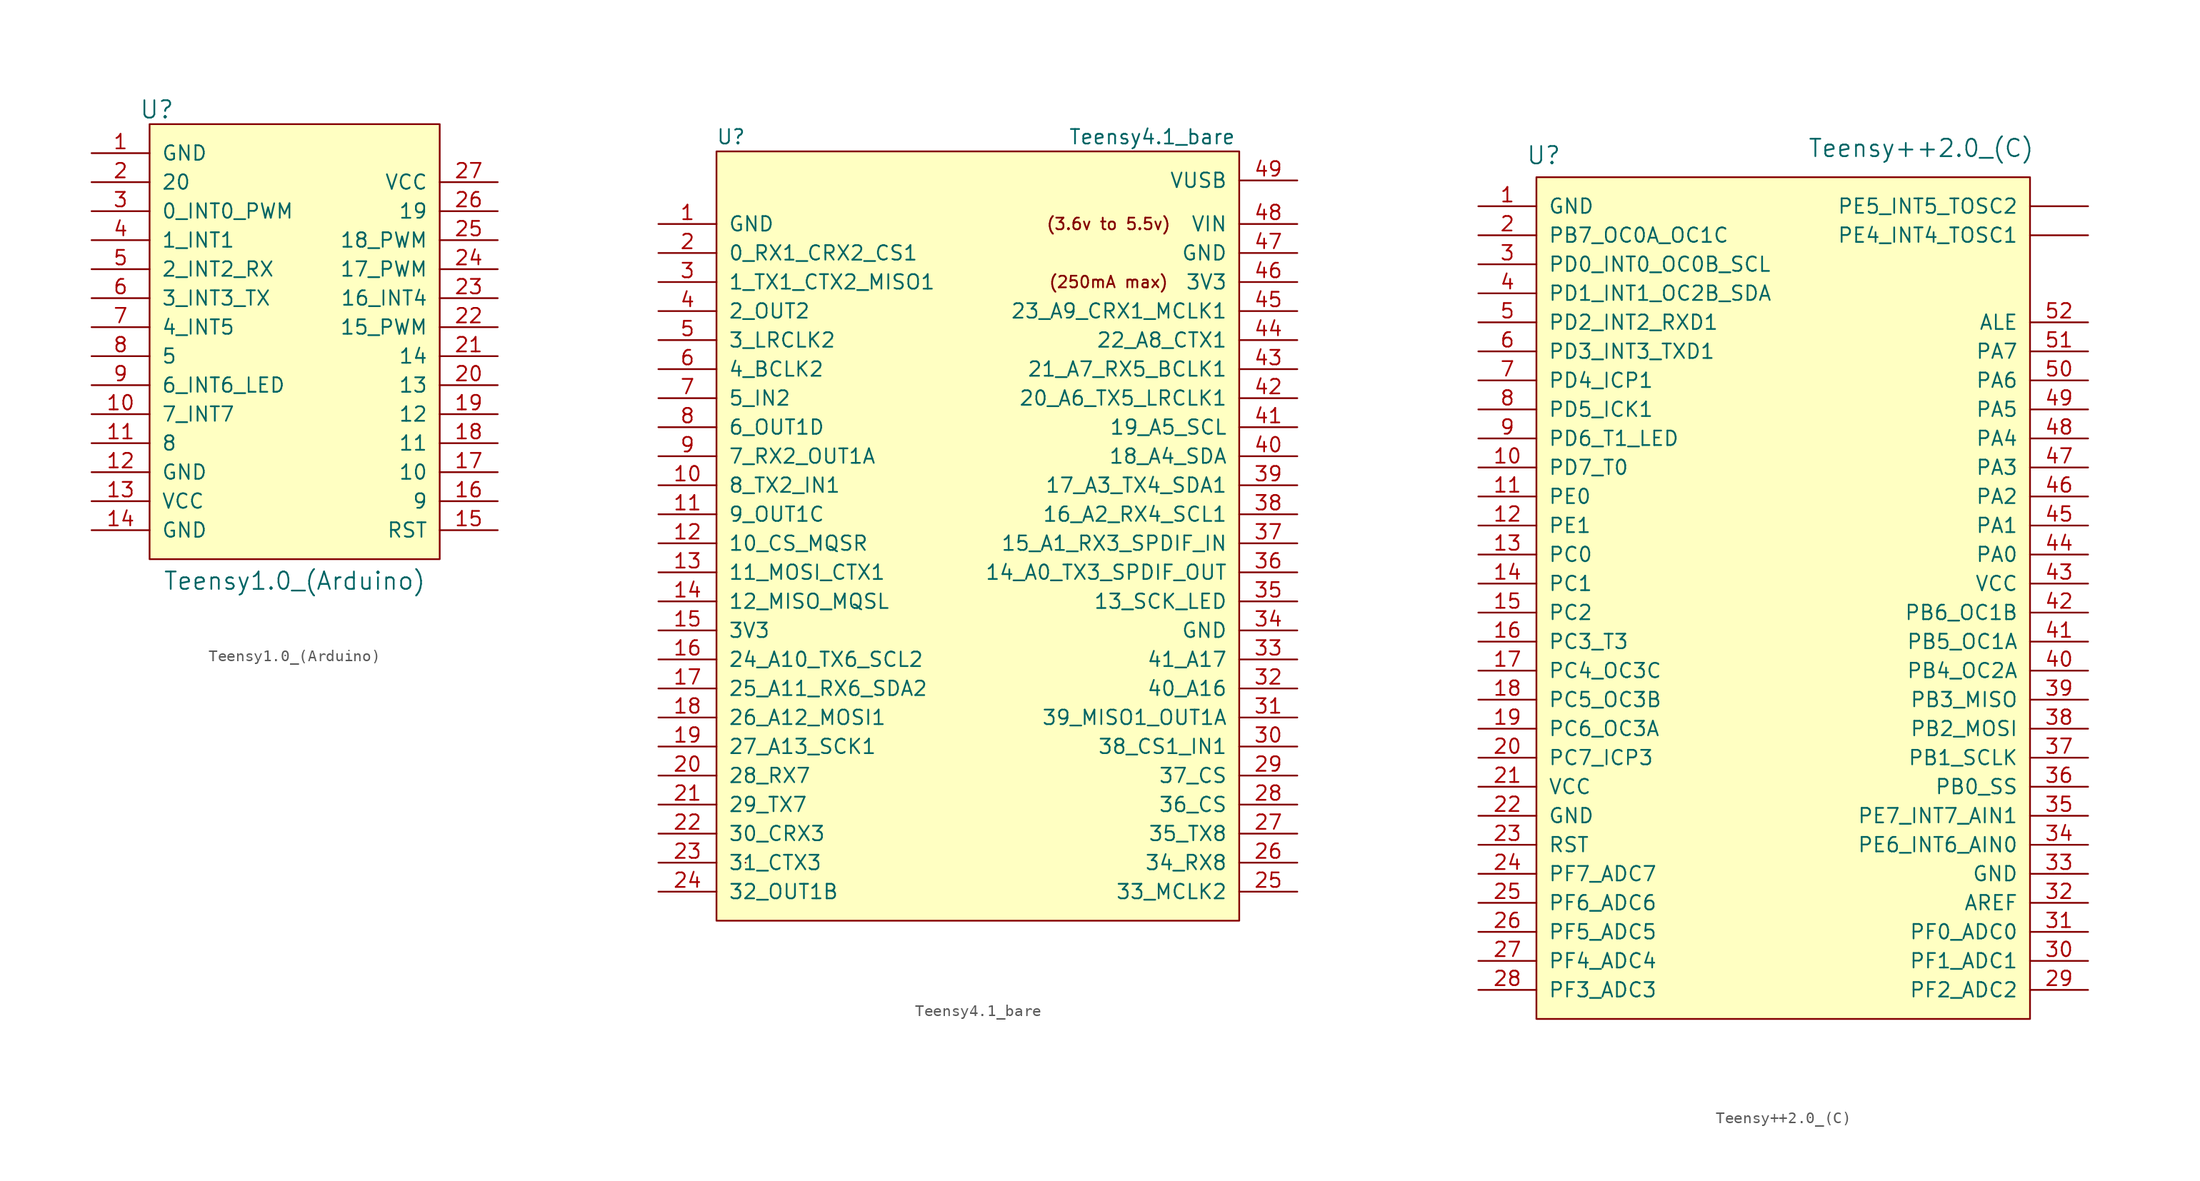
<source format=kicad_sym>
(kicad_symbol_lib
  (version 20211014)
  (generator kicad_symbol_editor)
  (symbol "Teensy1.0_(Arduino)"
    (pin_names
      (offset 1.016))
    (property "Reference" "U"
      (at -12.065 20.32 0)
      (effects (font (size 1.524 1.524))))
    (property "Value" "Teensy1.0_(Arduino)"
      (at 0 -20.955 0)
      (effects (font (size 1.524 1.524))))
    (symbol "Teensy1.0_(Arduino)_0_1"
      (rectangle (start -12.7 19.05) (end 12.7 -19.05) (stroke (width 0) (type default) (color 0 0 0 0)) (fill (type background))))
    (symbol "Teensy1.0_(Arduino)_1_1"
      (pin power_in line (at -17.78 16.51 0) (length 5.08) (name "GND" (effects (font (size 1.27 1.27)))) (number "1" (effects (font (size 1.27 1.27)))))
      (pin bidirectional line (at -17.78 -6.35 0) (length 5.08) (name "7_INT7" (effects (font (size 1.27 1.27)))) (number "10" (effects (font (size 1.27 1.27)))))
      (pin bidirectional line (at -17.78 -8.89 0) (length 5.08) (name "8" (effects (font (size 1.27 1.27)))) (number "11" (effects (font (size 1.27 1.27)))))
      (pin power_in line (at -17.78 -11.43 0) (length 5.08) (name "GND" (effects (font (size 1.27 1.27)))) (number "12" (effects (font (size 1.27 1.27)))))
      (pin power_in line (at -17.78 -13.97 0) (length 5.08) (name "VCC" (effects (font (size 1.27 1.27)))) (number "13" (effects (font (size 1.27 1.27)))))
      (pin power_in line (at -17.78 -16.51 0) (length 5.08) (name "GND" (effects (font (size 1.27 1.27)))) (number "14" (effects (font (size 1.27 1.27)))))
      (pin input line (at 17.78 -16.51 180) (length 5.08) (name "RST" (effects (font (size 1.27 1.27)))) (number "15" (effects (font (size 1.27 1.27)))))
      (pin bidirectional line (at 17.78 -13.97 180) (length 5.08) (name "9" (effects (font (size 1.27 1.27)))) (number "16" (effects (font (size 1.27 1.27)))))
      (pin bidirectional line (at 17.78 -11.43 180) (length 5.08) (name "10" (effects (font (size 1.27 1.27)))) (number "17" (effects (font (size 1.27 1.27)))))
      (pin bidirectional line (at 17.78 -8.89 180) (length 5.08) (name "11" (effects (font (size 1.27 1.27)))) (number "18" (effects (font (size 1.27 1.27)))))
      (pin bidirectional line (at 17.78 -6.35 180) (length 5.08) (name "12" (effects (font (size 1.27 1.27)))) (number "19" (effects (font (size 1.27 1.27)))))
      (pin bidirectional line (at -17.78 13.97 0) (length 5.08) (name "20" (effects (font (size 1.27 1.27)))) (number "2" (effects (font (size 1.27 1.27)))))
      (pin bidirectional line (at 17.78 -3.81 180) (length 5.08) (name "13" (effects (font (size 1.27 1.27)))) (number "20" (effects (font (size 1.27 1.27)))))
      (pin bidirectional line (at 17.78 -1.27 180) (length 5.08) (name "14" (effects (font (size 1.27 1.27)))) (number "21" (effects (font (size 1.27 1.27)))))
      (pin bidirectional line (at 17.78 1.27 180) (length 5.08) (name "15_PWM" (effects (font (size 1.27 1.27)))) (number "22" (effects (font (size 1.27 1.27)))))
      (pin bidirectional line (at 17.78 3.81 180) (length 5.08) (name "16_INT4" (effects (font (size 1.27 1.27)))) (number "23" (effects (font (size 1.27 1.27)))))
      (pin bidirectional line (at 17.78 6.35 180) (length 5.08) (name "17_PWM" (effects (font (size 1.27 1.27)))) (number "24" (effects (font (size 1.27 1.27)))))
      (pin bidirectional line (at 17.78 8.89 180) (length 5.08) (name "18_PWM" (effects (font (size 1.27 1.27)))) (number "25" (effects (font (size 1.27 1.27)))))
      (pin bidirectional line (at 17.78 11.43 180) (length 5.08) (name "19" (effects (font (size 1.27 1.27)))) (number "26" (effects (font (size 1.27 1.27)))))
      (pin power_in line (at 17.78 13.97 180) (length 5.08) (name "VCC" (effects (font (size 1.27 1.27)))) (number "27" (effects (font (size 1.27 1.27)))))
      (pin bidirectional line (at -17.78 11.43 0) (length 5.08) (name "0_INT0_PWM" (effects (font (size 1.27 1.27)))) (number "3" (effects (font (size 1.27 1.27)))))
      (pin bidirectional line (at -17.78 8.89 0) (length 5.08) (name "1_INT1" (effects (font (size 1.27 1.27)))) (number "4" (effects (font (size 1.27 1.27)))))
      (pin bidirectional line (at -17.78 6.35 0) (length 5.08) (name "2_INT2_RX" (effects (font (size 1.27 1.27)))) (number "5" (effects (font (size 1.27 1.27)))))
      (pin bidirectional line (at -17.78 3.81 0) (length 5.08) (name "3_INT3_TX" (effects (font (size 1.27 1.27)))) (number "6" (effects (font (size 1.27 1.27)))))
      (pin bidirectional line (at -17.78 1.27 0) (length 5.08) (name "4_INT5" (effects (font (size 1.27 1.27)))) (number "7" (effects (font (size 1.27 1.27)))))
      (pin bidirectional line (at -17.78 -1.27 0) (length 5.08) (name "5" (effects (font (size 1.27 1.27)))) (number "8" (effects (font (size 1.27 1.27)))))
      (pin bidirectional line (at -17.78 -3.81 0) (length 5.08) (name "6_INT6_LED" (effects (font (size 1.27 1.27)))) (number "9" (effects (font (size 1.27 1.27)))))))
  (symbol "Teensy4.1_bare"
    (pin_names
      (offset 1.016))
    (property "Reference" "U"
      (at -21.59 62.23 0)
      (effects (font (size 1.27 1.27))))
    (property "Value" "Teensy4.1_bare"
      (at 15.24 62.23 0)
      (effects (font (size 1.27 1.27))))
    (symbol "Teensy4.1_bare_0_0"
      (text "(250mA max)" (at 11.43 49.53 0) (effects (font (size 1.016 1.016))))
      (text "(3.6v to 5.5v)" (at 11.43 54.61 0) (effects (font (size 1.016 1.016))))
      (pin bidirectional line (at -27.94 31.75 0) (length 5.08) (name "8_TX2_IN1" (effects (font (size 1.27 1.27)))) (number "10" (effects (font (size 1.27 1.27)))))
      (pin bidirectional line (at -27.94 29.21 0) (length 5.08) (name "9_OUT1C" (effects (font (size 1.27 1.27)))) (number "11" (effects (font (size 1.27 1.27)))))
      (pin bidirectional line (at -27.94 26.67 0) (length 5.08) (name "10_CS_MQSR" (effects (font (size 1.27 1.27)))) (number "12" (effects (font (size 1.27 1.27)))))
      (pin bidirectional line (at -27.94 24.13 0) (length 5.08) (name "11_MOSI_CTX1" (effects (font (size 1.27 1.27)))) (number "13" (effects (font (size 1.27 1.27)))))
      (pin bidirectional line (at -27.94 21.59 0) (length 5.08) (name "12_MISO_MQSL" (effects (font (size 1.27 1.27)))) (number "14" (effects (font (size 1.27 1.27)))))
      (pin power_in line (at -27.94 19.05 0) (length 5.08) (name "3V3" (effects (font (size 1.27 1.27)))) (number "15" (effects (font (size 1.27 1.27)))))
      (pin bidirectional line (at -27.94 16.51 0) (length 5.08) (name "24_A10_TX6_SCL2" (effects (font (size 1.27 1.27)))) (number "16" (effects (font (size 1.27 1.27)))))
      (pin bidirectional line (at -27.94 13.97 0) (length 5.08) (name "25_A11_RX6_SDA2" (effects (font (size 1.27 1.27)))) (number "17" (effects (font (size 1.27 1.27)))))
      (pin bidirectional line (at -27.94 11.43 0) (length 5.08) (name "26_A12_MOSI1" (effects (font (size 1.27 1.27)))) (number "18" (effects (font (size 1.27 1.27)))))
      (pin bidirectional line (at -27.94 8.89 0) (length 5.08) (name "27_A13_SCK1" (effects (font (size 1.27 1.27)))) (number "19" (effects (font (size 1.27 1.27)))))
      (pin bidirectional line (at -27.94 6.35 0) (length 5.08) (name "28_RX7" (effects (font (size 1.27 1.27)))) (number "20" (effects (font (size 1.27 1.27)))))
      (pin bidirectional line (at -27.94 3.81 0) (length 5.08) (name "29_TX7" (effects (font (size 1.27 1.27)))) (number "21" (effects (font (size 1.27 1.27)))))
      (pin bidirectional line (at -27.94 1.27 0) (length 5.08) (name "30_CRX3" (effects (font (size 1.27 1.27)))) (number "22" (effects (font (size 1.27 1.27)))))
      (pin bidirectional line (at -27.94 -1.27 0) (length 5.08) (name "31_CTX3" (effects (font (size 1.27 1.27)))) (number "23" (effects (font (size 1.27 1.27)))))
      (pin bidirectional line (at -27.94 -3.81 0) (length 5.08) (name "32_OUT1B" (effects (font (size 1.27 1.27)))) (number "24" (effects (font (size 1.27 1.27)))))
      (pin bidirectional line (at 27.94 -3.81 180) (length 5.08) (name "33_MCLK2" (effects (font (size 1.27 1.27)))) (number "25" (effects (font (size 1.27 1.27)))))
      (pin bidirectional line (at 27.94 -1.27 180) (length 5.08) (name "34_RX8" (effects (font (size 1.27 1.27)))) (number "26" (effects (font (size 1.27 1.27)))))
      (pin bidirectional line (at 27.94 1.27 180) (length 5.08) (name "35_TX8" (effects (font (size 1.27 1.27)))) (number "27" (effects (font (size 1.27 1.27)))))
      (pin bidirectional line (at 27.94 3.81 180) (length 5.08) (name "36_CS" (effects (font (size 1.27 1.27)))) (number "28" (effects (font (size 1.27 1.27)))))
      (pin bidirectional line (at 27.94 6.35 180) (length 5.08) (name "37_CS" (effects (font (size 1.27 1.27)))) (number "29" (effects (font (size 1.27 1.27)))))
      (pin bidirectional line (at 27.94 8.89 180) (length 5.08) (name "38_CS1_IN1" (effects (font (size 1.27 1.27)))) (number "30" (effects (font (size 1.27 1.27)))))
      (pin bidirectional line (at 27.94 11.43 180) (length 5.08) (name "39_MISO1_OUT1A" (effects (font (size 1.27 1.27)))) (number "31" (effects (font (size 1.27 1.27)))))
      (pin bidirectional line (at 27.94 13.97 180) (length 5.08) (name "40_A16" (effects (font (size 1.27 1.27)))) (number "32" (effects (font (size 1.27 1.27)))))
      (pin bidirectional line (at 27.94 16.51 180) (length 5.08) (name "41_A17" (effects (font (size 1.27 1.27)))) (number "33" (effects (font (size 1.27 1.27)))))
      (pin bidirectional line (at 27.94 21.59 180) (length 5.08) (name "13_SCK_LED" (effects (font (size 1.27 1.27)))) (number "35" (effects (font (size 1.27 1.27)))))
      (pin bidirectional line (at 27.94 24.13 180) (length 5.08) (name "14_A0_TX3_SPDIF_OUT" (effects (font (size 1.27 1.27)))) (number "36" (effects (font (size 1.27 1.27)))))
      (pin bidirectional line (at 27.94 26.67 180) (length 5.08) (name "15_A1_RX3_SPDIF_IN" (effects (font (size 1.27 1.27)))) (number "37" (effects (font (size 1.27 1.27)))))
      (pin bidirectional line (at 27.94 29.21 180) (length 5.08) (name "16_A2_RX4_SCL1" (effects (font (size 1.27 1.27)))) (number "38" (effects (font (size 1.27 1.27)))))
      (pin bidirectional line (at 27.94 31.75 180) (length 5.08) (name "17_A3_TX4_SDA1" (effects (font (size 1.27 1.27)))) (number "39" (effects (font (size 1.27 1.27)))))
      (pin bidirectional line (at 27.94 34.29 180) (length 5.08) (name "18_A4_SDA" (effects (font (size 1.27 1.27)))) (number "40" (effects (font (size 1.27 1.27)))))
      (pin bidirectional line (at 27.94 36.83 180) (length 5.08) (name "19_A5_SCL" (effects (font (size 1.27 1.27)))) (number "41" (effects (font (size 1.27 1.27)))))
      (pin bidirectional line (at 27.94 39.37 180) (length 5.08) (name "20_A6_TX5_LRCLK1" (effects (font (size 1.27 1.27)))) (number "42" (effects (font (size 1.27 1.27)))))
      (pin bidirectional line (at 27.94 41.91 180) (length 5.08) (name "21_A7_RX5_BCLK1" (effects (font (size 1.27 1.27)))) (number "43" (effects (font (size 1.27 1.27)))))
      (pin bidirectional line (at 27.94 44.45 180) (length 5.08) (name "22_A8_CTX1" (effects (font (size 1.27 1.27)))) (number "44" (effects (font (size 1.27 1.27)))))
      (pin bidirectional line (at 27.94 46.99 180) (length 5.08) (name "23_A9_CRX1_MCLK1" (effects (font (size 1.27 1.27)))) (number "45" (effects (font (size 1.27 1.27)))))
      (pin power_in line (at 27.94 49.53 180) (length 5.08) (name "3V3" (effects (font (size 1.27 1.27)))) (number "46" (effects (font (size 1.27 1.27)))))
      (pin power_in line (at 27.94 52.07 180) (length 5.08) (name "GND" (effects (font (size 1.27 1.27)))) (number "47" (effects (font (size 1.27 1.27)))))
      (pin power_in line (at 27.94 54.61 180) (length 5.08) (name "VIN" (effects (font (size 1.27 1.27)))) (number "48" (effects (font (size 1.27 1.27)))))
      (pin power_out line (at 27.94 58.42 180) (length 5.08) (name "VUSB" (effects (font (size 1.27 1.27)))) (number "49" (effects (font (size 1.27 1.27)))))
      (pin bidirectional line (at -27.94 44.45 0) (length 5.08) (name "3_LRCLK2" (effects (font (size 1.27 1.27)))) (number "5" (effects (font (size 1.27 1.27)))))
      (pin bidirectional line (at -27.94 41.91 0) (length 5.08) (name "4_BCLK2" (effects (font (size 1.27 1.27)))) (number "6" (effects (font (size 1.27 1.27)))))
      (pin bidirectional line (at -27.94 39.37 0) (length 5.08) (name "5_IN2" (effects (font (size 1.27 1.27)))) (number "7" (effects (font (size 1.27 1.27)))))
      (pin bidirectional line (at -27.94 36.83 0) (length 5.08) (name "6_OUT1D" (effects (font (size 1.27 1.27)))) (number "8" (effects (font (size 1.27 1.27)))))
      (pin bidirectional line (at -27.94 34.29 0) (length 5.08) (name "7_RX2_OUT1A" (effects (font (size 1.27 1.27)))) (number "9" (effects (font (size 1.27 1.27))))))
    (symbol "Teensy4.1_bare_0_1"
      (rectangle (start -22.86 60.96) (end 22.86 -6.35) (stroke (width 0) (type default) (color 0 0 0 0)) (fill (type background)))
      (rectangle (start -20.32 -1.27) (end -20.32 -1.27) (stroke (width 0) (type default) (color 0 0 0 0)) (fill (type none))))
    (symbol "Teensy4.1_bare_1_1"
      (pin power_in line (at -27.94 54.61 0) (length 5.08) (name "GND" (effects (font (size 1.27 1.27)))) (number "1" (effects (font (size 1.27 1.27)))))
      (pin bidirectional line (at -27.94 52.07 0) (length 5.08) (name "0_RX1_CRX2_CS1" (effects (font (size 1.27 1.27)))) (number "2" (effects (font (size 1.27 1.27)))))
      (pin bidirectional line (at -27.94 49.53 0) (length 5.08) (name "1_TX1_CTX2_MISO1" (effects (font (size 1.27 1.27)))) (number "3" (effects (font (size 1.27 1.27)))))
      (pin power_in line (at 27.94 19.05 180) (length 5.08) (name "GND" (effects (font (size 1.27 1.27)))) (number "34" (effects (font (size 1.27 1.27)))))
      (pin bidirectional line (at -27.94 46.99 0) (length 5.08) (name "2_OUT2" (effects (font (size 1.27 1.27)))) (number "4" (effects (font (size 1.27 1.27)))))))
  (symbol "Teensy++2.0_(C)"
    (pin_names
      (offset 1.016))
    (property "Reference" "U"
      (at -20.955 38.735 0)
      (effects (font (size 1.524 1.524))))
    (property "Value" "Teensy++2.0_(C)"
      (at 12.065 39.37 0)
      (effects (font (size 1.524 1.524))))
    (symbol "Teensy++2.0_(C)_0_1"
      (rectangle (start -21.59 36.83) (end 21.59 -36.83) (stroke (width 0) (type default) (color 0 0 0 0)) (fill (type background))))
    (symbol "Teensy++2.0_(C)_1_1"
      (pin power_in line (at -26.67 34.29 0) (length 5.08) (name "GND" (effects (font (size 1.27 1.27)))) (number "1" (effects (font (size 1.27 1.27)))))
      (pin bidirectional line (at -26.67 11.43 0) (length 5.08) (name "PD7_T0" (effects (font (size 1.27 1.27)))) (number "10" (effects (font (size 1.27 1.27)))))
      (pin bidirectional line (at -26.67 8.89 0) (length 5.08) (name "PE0" (effects (font (size 1.27 1.27)))) (number "11" (effects (font (size 1.27 1.27)))))
      (pin bidirectional line (at -26.67 6.35 0) (length 5.08) (name "PE1" (effects (font (size 1.27 1.27)))) (number "12" (effects (font (size 1.27 1.27)))))
      (pin bidirectional line (at -26.67 3.81 0) (length 5.08) (name "PC0" (effects (font (size 1.27 1.27)))) (number "13" (effects (font (size 1.27 1.27)))))
      (pin bidirectional line (at -26.67 1.27 0) (length 5.08) (name "PC1" (effects (font (size 1.27 1.27)))) (number "14" (effects (font (size 1.27 1.27)))))
      (pin bidirectional line (at -26.67 -1.27 0) (length 5.08) (name "PC2" (effects (font (size 1.27 1.27)))) (number "15" (effects (font (size 1.27 1.27)))))
      (pin bidirectional line (at -26.67 -3.81 0) (length 5.08) (name "PC3_T3" (effects (font (size 1.27 1.27)))) (number "16" (effects (font (size 1.27 1.27)))))
      (pin bidirectional line (at -26.67 -6.35 0) (length 5.08) (name "PC4_OC3C" (effects (font (size 1.27 1.27)))) (number "17" (effects (font (size 1.27 1.27)))))
      (pin bidirectional line (at -26.67 -8.89 0) (length 5.08) (name "PC5_OC3B" (effects (font (size 1.27 1.27)))) (number "18" (effects (font (size 1.27 1.27)))))
      (pin bidirectional line (at -26.67 -11.43 0) (length 5.08) (name "PC6_OC3A" (effects (font (size 1.27 1.27)))) (number "19" (effects (font (size 1.27 1.27)))))
      (pin bidirectional line (at -26.67 31.75 0) (length 5.08) (name "PB7_OC0A_OC1C" (effects (font (size 1.27 1.27)))) (number "2" (effects (font (size 1.27 1.27)))))
      (pin bidirectional line (at -26.67 -13.97 0) (length 5.08) (name "PC7_ICP3" (effects (font (size 1.27 1.27)))) (number "20" (effects (font (size 1.27 1.27)))))
      (pin power_in line (at -26.67 -16.51 0) (length 5.08) (name "VCC" (effects (font (size 1.27 1.27)))) (number "21" (effects (font (size 1.27 1.27)))))
      (pin power_in line (at -26.67 -19.05 0) (length 5.08) (name "GND" (effects (font (size 1.27 1.27)))) (number "22" (effects (font (size 1.27 1.27)))))
      (pin input line (at -26.67 -21.59 0) (length 5.08) (name "RST" (effects (font (size 1.27 1.27)))) (number "23" (effects (font (size 1.27 1.27)))))
      (pin bidirectional line (at -26.67 -24.13 0) (length 5.08) (name "PF7_ADC7" (effects (font (size 1.27 1.27)))) (number "24" (effects (font (size 1.27 1.27)))))
      (pin bidirectional line (at -26.67 -26.67 0) (length 5.08) (name "PF6_ADC6" (effects (font (size 1.27 1.27)))) (number "25" (effects (font (size 1.27 1.27)))))
      (pin bidirectional line (at -26.67 -29.21 0) (length 5.08) (name "PF5_ADC5" (effects (font (size 1.27 1.27)))) (number "26" (effects (font (size 1.27 1.27)))))
      (pin bidirectional line (at -26.67 -31.75 0) (length 5.08) (name "PF4_ADC4" (effects (font (size 1.27 1.27)))) (number "27" (effects (font (size 1.27 1.27)))))
      (pin bidirectional line (at -26.67 -34.29 0) (length 5.08) (name "PF3_ADC3" (effects (font (size 1.27 1.27)))) (number "28" (effects (font (size 1.27 1.27)))))
      (pin bidirectional line (at 26.67 -34.29 180) (length 5.08) (name "PF2_ADC2" (effects (font (size 1.27 1.27)))) (number "29" (effects (font (size 1.27 1.27)))))
      (pin bidirectional line (at -26.67 29.21 0) (length 5.08) (name "PD0_INT0_OC0B_SCL" (effects (font (size 1.27 1.27)))) (number "3" (effects (font (size 1.27 1.27)))))
      (pin bidirectional line (at 26.67 -31.75 180) (length 5.08) (name "PF1_ADC1" (effects (font (size 1.27 1.27)))) (number "30" (effects (font (size 1.27 1.27)))))
      (pin bidirectional line (at 26.67 -29.21 180) (length 5.08) (name "PF0_ADC0" (effects (font (size 1.27 1.27)))) (number "31" (effects (font (size 1.27 1.27)))))
      (pin input line (at 26.67 -26.67 180) (length 5.08) (name "AREF" (effects (font (size 1.27 1.27)))) (number "32" (effects (font (size 1.27 1.27)))))
      (pin power_in line (at 26.67 -24.13 180) (length 5.08) (name "GND" (effects (font (size 1.27 1.27)))) (number "33" (effects (font (size 1.27 1.27)))))
      (pin bidirectional line (at 26.67 -21.59 180) (length 5.08) (name "PE6_INT6_AIN0" (effects (font (size 1.27 1.27)))) (number "34" (effects (font (size 1.27 1.27)))))
      (pin bidirectional line (at 26.67 -19.05 180) (length 5.08) (name "PE7_INT7_AIN1" (effects (font (size 1.27 1.27)))) (number "35" (effects (font (size 1.27 1.27)))))
      (pin bidirectional line (at 26.67 -16.51 180) (length 5.08) (name "PB0_SS" (effects (font (size 1.27 1.27)))) (number "36" (effects (font (size 1.27 1.27)))))
      (pin bidirectional line (at 26.67 -13.97 180) (length 5.08) (name "PB1_SCLK" (effects (font (size 1.27 1.27)))) (number "37" (effects (font (size 1.27 1.27)))))
      (pin bidirectional line (at 26.67 -11.43 180) (length 5.08) (name "PB2_MOSI" (effects (font (size 1.27 1.27)))) (number "38" (effects (font (size 1.27 1.27)))))
      (pin bidirectional line (at 26.67 -8.89 180) (length 5.08) (name "PB3_MISO" (effects (font (size 1.27 1.27)))) (number "39" (effects (font (size 1.27 1.27)))))
      (pin bidirectional line (at -26.67 26.67 0) (length 5.08) (name "PD1_INT1_OC2B_SDA" (effects (font (size 1.27 1.27)))) (number "4" (effects (font (size 1.27 1.27)))))
      (pin bidirectional line (at 26.67 -6.35 180) (length 5.08) (name "PB4_OC2A" (effects (font (size 1.27 1.27)))) (number "40" (effects (font (size 1.27 1.27)))))
      (pin bidirectional line (at 26.67 -3.81 180) (length 5.08) (name "PB5_OC1A" (effects (font (size 1.27 1.27)))) (number "41" (effects (font (size 1.27 1.27)))))
      (pin bidirectional line (at 26.67 -1.27 180) (length 5.08) (name "PB6_OC1B" (effects (font (size 1.27 1.27)))) (number "42" (effects (font (size 1.27 1.27)))))
      (pin power_in line (at 26.67 1.27 180) (length 5.08) (name "VCC" (effects (font (size 1.27 1.27)))) (number "43" (effects (font (size 1.27 1.27)))))
      (pin bidirectional line (at 26.67 3.81 180) (length 5.08) (name "PA0" (effects (font (size 1.27 1.27)))) (number "44" (effects (font (size 1.27 1.27)))))
      (pin bidirectional line (at 26.67 6.35 180) (length 5.08) (name "PA1" (effects (font (size 1.27 1.27)))) (number "45" (effects (font (size 1.27 1.27)))))
      (pin bidirectional line (at 26.67 8.89 180) (length 5.08) (name "PA2" (effects (font (size 1.27 1.27)))) (number "46" (effects (font (size 1.27 1.27)))))
      (pin bidirectional line (at 26.67 11.43 180) (length 5.08) (name "PA3" (effects (font (size 1.27 1.27)))) (number "47" (effects (font (size 1.27 1.27)))))
      (pin bidirectional line (at 26.67 13.97 180) (length 5.08) (name "PA4" (effects (font (size 1.27 1.27)))) (number "48" (effects (font (size 1.27 1.27)))))
      (pin bidirectional line (at 26.67 16.51 180) (length 5.08) (name "PA5" (effects (font (size 1.27 1.27)))) (number "49" (effects (font (size 1.27 1.27)))))
      (pin bidirectional line (at -26.67 24.13 0) (length 5.08) (name "PD2_INT2_RXD1" (effects (font (size 1.27 1.27)))) (number "5" (effects (font (size 1.27 1.27)))))
      (pin bidirectional line (at 26.67 19.05 180) (length 5.08) (name "PA6" (effects (font (size 1.27 1.27)))) (number "50" (effects (font (size 1.27 1.27)))))
      (pin bidirectional line (at 26.67 21.59 180) (length 5.08) (name "PA7" (effects (font (size 1.27 1.27)))) (number "51" (effects (font (size 1.27 1.27)))))
      (pin input line (at 26.67 24.13 180) (length 5.08) (name "ALE" (effects (font (size 1.27 1.27)))) (number "52" (effects (font (size 1.27 1.27)))))
      (pin bidirectional line (at -26.67 21.59 0) (length 5.08) (name "PD3_INT3_TXD1" (effects (font (size 1.27 1.27)))) (number "6" (effects (font (size 1.27 1.27)))))
      (pin bidirectional line (at -26.67 19.05 0) (length 5.08) (name "PD4_ICP1" (effects (font (size 1.27 1.27)))) (number "7" (effects (font (size 1.27 1.27)))))
      (pin bidirectional line (at -26.67 16.51 0) (length 5.08) (name "PD5_ICK1" (effects (font (size 1.27 1.27)))) (number "8" (effects (font (size 1.27 1.27)))))
      (pin bidirectional line (at -26.67 13.97 0) (length 5.08) (name "PD6_T1_LED" (effects (font (size 1.27 1.27)))) (number "9" (effects (font (size 1.27 1.27)))))
      (pin bidirectional line (at 26.67 31.75 180) (length 5.08) (name "PE4_INT4_TOSC1" (effects (font (size 1.27 1.27)))) (number "~" (effects (font (size 1.27 1.27)))))
      (pin bidirectional line (at 26.67 34.29 180) (length 5.08) (name "PE5_INT5_TOSC2" (effects (font (size 1.27 1.27)))) (number "~" (effects (font (size 1.27 1.27))))))))
</source>
